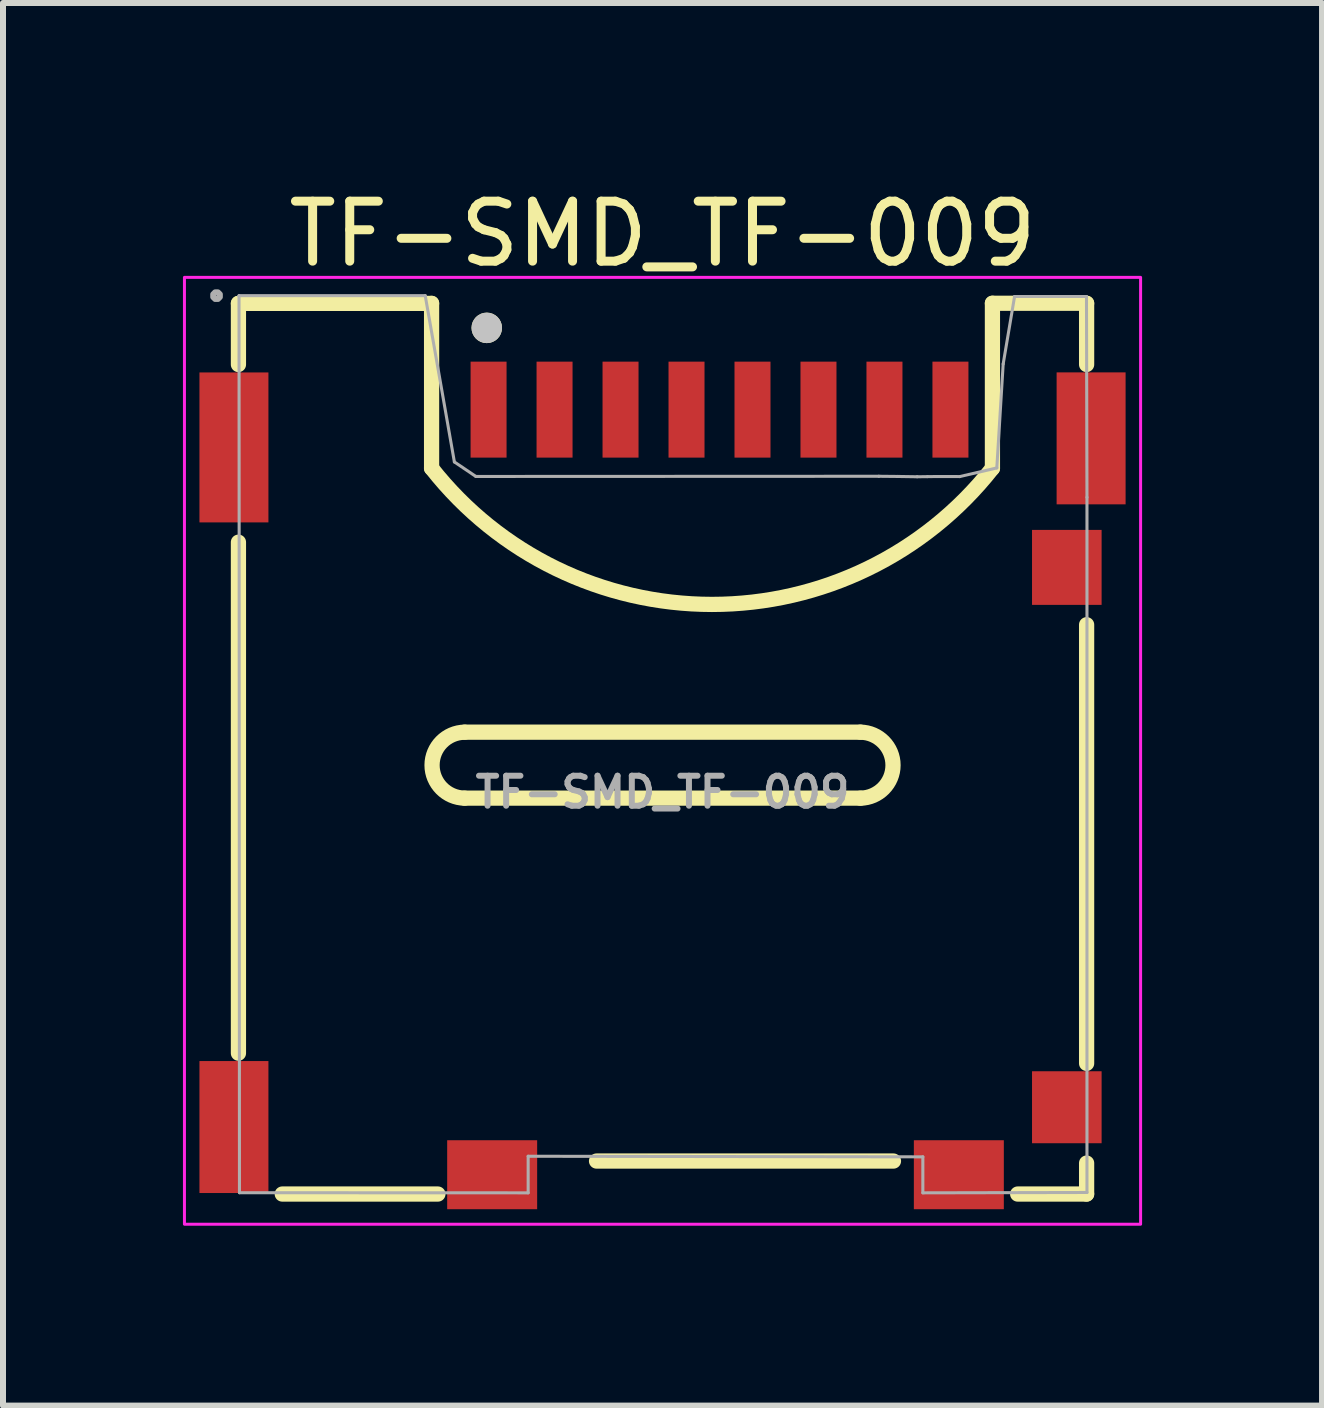
<source format=kicad_pcb>
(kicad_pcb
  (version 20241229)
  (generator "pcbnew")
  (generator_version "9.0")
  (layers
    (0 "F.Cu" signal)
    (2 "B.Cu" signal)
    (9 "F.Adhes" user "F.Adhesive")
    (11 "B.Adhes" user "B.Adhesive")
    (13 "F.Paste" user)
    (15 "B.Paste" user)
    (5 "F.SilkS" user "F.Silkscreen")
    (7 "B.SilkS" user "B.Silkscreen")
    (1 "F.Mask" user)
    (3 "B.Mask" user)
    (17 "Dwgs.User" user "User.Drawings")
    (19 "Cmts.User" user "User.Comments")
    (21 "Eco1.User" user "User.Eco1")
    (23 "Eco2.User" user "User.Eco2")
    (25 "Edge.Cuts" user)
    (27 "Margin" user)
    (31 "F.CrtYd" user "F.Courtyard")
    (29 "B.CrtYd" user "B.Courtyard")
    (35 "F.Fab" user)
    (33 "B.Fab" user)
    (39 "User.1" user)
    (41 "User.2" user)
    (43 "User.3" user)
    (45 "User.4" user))
  (footprint "TF-SMD_TF-009"
    (layer "F.Cu")
    (at 7.845 10.106)
    (property "Reference" "TF-SMD_TF-009" (at 0.15 -9.257 0) (layer "F.SilkS") (effects (font (size 1 1) (thickness 0.15))))
    (fp_line (start -6.92 -8.098) (end -6.92 -7.079) (stroke (width 0.254) (type default)) (layer "F.SilkS"))
    (fp_line (start -6.92 -8.098) (end -3.7 -8.098) (stroke (width 0.254) (type default)) (layer "F.SilkS"))
    (fp_line (start -6.92 -4.117) (end -6.92 4.402) (stroke (width 0.254) (type default)) (layer "F.SilkS"))
    (fp_line (start -3.7 -8.098) (end -3.7 -5.35) (stroke (width 0.254) (type default)) (layer "F.SilkS"))
    (fp_line (start -3.595 6.75) (end -6.189 6.75) (stroke (width 0.254) (type default)) (layer "F.SilkS"))
    (fp_line (start -3.15 -0.95) (end 3.45 -0.95) (stroke (width 0.254) (type default)) (layer "F.SilkS"))
    (fp_line (start -3.15 0.15) (end 3.45 0.15) (stroke (width 0.254) (type default)) (layer "F.SilkS"))
    (fp_line (start 4 6.2) (end -0.95 6.2) (stroke (width 0.254) (type default)) (layer "F.SilkS"))
    (fp_line (start 5.65 -8.1) (end 7.22 -8.1) (stroke (width 0.254) (type default)) (layer "F.SilkS"))
    (fp_line (start 5.65 -5.35) (end 5.65 -8.1) (stroke (width 0.254) (type default)) (layer "F.SilkS"))
    (fp_line (start 7.22 -8.098) (end 7.22 -7.079) (stroke (width 0.254) (type default)) (layer "F.SilkS"))
    (fp_line (start 7.22 -2.741) (end 7.22 4.572) (stroke (width 0.254) (type default)) (layer "F.SilkS"))
    (fp_line (start 7.22 6.234) (end 7.22 6.75) (stroke (width 0.254) (type default)) (layer "F.SilkS"))
    (fp_line (start 7.22 6.75) (end 6.071 6.75) (stroke (width 0.254) (type default)) (layer "F.SilkS"))
    (fp_arc (start -3.15 0.15) (mid -3.695515 -0.399752) (end -3.1495 -0.9495) (stroke (width 0.254) (type default)) (layer "F.SilkS"))
    (fp_arc (start 3.45 -0.95) (mid 3.9995 -0.39975) (end 3.4495 0.1505) (stroke (width 0.254) (type default)) (layer "F.SilkS"))
    (fp_arc (start 5.65 -5.35) (mid 0.974452 -3.079613) (end -3.7005 -5.351) (stroke (width 0.254) (type default)) (layer "F.SilkS"))
    (fp_circle (center -2.78 -7.69) (end -2.653 -7.69) (stroke (width 0.254) (type default)) (fill no) (layer "F.SilkS"))
    (fp_circle (center -2.78 -7.69) (end -2.653 -7.69) (stroke (width 0.254) (type default)) (fill no) (layer "Dwgs.User"))
    (fp_rect (start -7.82 -8.532) (end 8.12 7.253) (stroke (width 0.05) (type default)) (fill no) (layer "F.CrtYd"))
    (fp_line (start -6.91 -8.227) (end -3.806 -8.227) (stroke (width 0.051) (type default)) (layer "F.Fab"))
    (fp_line (start -6.91 -8.22) (end -6.91 -8.227) (stroke (width 0.051) (type default)) (layer "F.Fab"))
    (fp_line (start -6.903 6.728) (end -6.91 -8.22) (stroke (width 0.051) (type default)) (layer "F.Fab"))
    (fp_line (start -3.806 -8.227) (end -3.32 -5.455) (stroke (width 0.051) (type default)) (layer "F.Fab"))
    (fp_line (start -3.32 -5.455) (end -2.962 -5.213) (stroke (width 0.051) (type default)) (layer "F.Fab"))
    (fp_line (start -2.962 -5.213) (end 3.756 -5.216) (stroke (width 0.051) (type default)) (layer "F.Fab"))
    (fp_line (start -2.09 6.12) (end -2.09 6.73) (stroke (width 0.051) (type default)) (layer "F.Fab"))
    (fp_line (start -2.09 6.73) (end -6.903 6.728) (stroke (width 0.051) (type default)) (layer "F.Fab"))
    (fp_line (start 3.756 -5.216) (end 4.068 -5.213) (stroke (width 0.051) (type default)) (layer "F.Fab"))
    (fp_line (start 4.068 -5.213) (end 4.395 -5.208) (stroke (width 0.051) (type default)) (layer "F.Fab"))
    (fp_line (start 4.395 -5.208) (end 4.566 -5.21) (stroke (width 0.051) (type default)) (layer "F.Fab"))
    (fp_line (start 4.49 6.13) (end -2.09 6.12) (stroke (width 0.051) (type default)) (layer "F.Fab"))
    (fp_line (start 4.49 6.73) (end 4.49 6.13) (stroke (width 0.051) (type default)) (layer "F.Fab"))
    (fp_line (start 4.566 -5.21) (end 4.726 -5.212) (stroke (width 0.051) (type default)) (layer "F.Fab"))
    (fp_line (start 4.726 -5.212) (end 5.105 -5.211) (stroke (width 0.051) (type default)) (layer "F.Fab"))
    (fp_line (start 5.105 -5.211) (end 5.723 -5.355) (stroke (width 0.051) (type default)) (layer "F.Fab"))
    (fp_line (start 5.723 -5.355) (end 5.829 -7.088) (stroke (width 0.051) (type default)) (layer "F.Fab"))
    (fp_line (start 5.829 -7.088) (end 6.019 -8.213) (stroke (width 0.051) (type default)) (layer "F.Fab"))
    (fp_line (start 6.019 -8.213) (end 7.218 -8.213) (stroke (width 0.051) (type default)) (layer "F.Fab"))
    (fp_line (start 7.218 -8.213) (end 7.226 -4.865) (stroke (width 0.051) (type default)) (layer "F.Fab"))
    (fp_line (start 7.226 -4.865) (end 7.226 6.724) (stroke (width 0.051) (type default)) (layer "F.Fab"))
    (fp_line (start 7.226 6.724) (end 4.49 6.73) (stroke (width 0.051) (type default)) (layer "F.Fab"))
    (fp_poly (pts (xy -7.23 -8.25) (xy -7.262 -8.282) (xy -7.308 -8.282) (xy -7.34 -8.25) (xy -7.34 -8.204) (xy -7.308 -8.172) (xy -7.262 -8.172) (xy -7.23 -8.204)) (stroke (width 0.1) (type default)) (fill no) (layer "F.Fab"))
    (fp_poly (pts (xy -7.285 -6.697) (xy -6.885 -6.697) (xy -6.885 -4.697) (xy -7.285 -4.697)) (stroke (width 0.1) (type default)) (fill no) (layer "User.1"))
    (fp_poly (pts (xy -7.285 4.732) (xy -6.885 4.732) (xy -6.885 6.433) (xy -7.285 6.433)) (stroke (width 0.1) (type default)) (fill no) (layer "User.1"))
    (fp_poly (pts (xy -2.9 -5.916) (xy -2.9 -6.716) (xy -2.6 -6.716) (xy -2.6 -5.916)) (stroke (width 0.1) (type default)) (fill no) (layer "User.1"))
    (fp_poly (pts (xy -2.9 -5.206) (xy -2.9 -5.926) (xy -2.6 -5.926) (xy -2.6 -5.206)) (stroke (width 0.1) (type default)) (fill no) (layer "User.1"))
    (fp_poly (pts (xy -2.09 6.027) (xy -2.09 6.728) (xy -3.29 6.728) (xy -3.29 6.027)) (stroke (width 0.1) (type default)) (fill no) (layer "User.1"))
    (fp_poly (pts (xy -1.8 -5.916) (xy -1.8 -6.716) (xy -1.5 -6.716) (xy -1.5 -5.916)) (stroke (width 0.1) (type default)) (fill no) (layer "User.1"))
    (fp_poly (pts (xy -1.8 -5.206) (xy -1.8 -5.926) (xy -1.5 -5.926) (xy -1.5 -5.206)) (stroke (width 0.1) (type default)) (fill no) (layer "User.1"))
    (fp_poly (pts (xy -0.7 -5.916) (xy -0.7 -6.716) (xy -0.4 -6.716) (xy -0.4 -5.916)) (stroke (width 0.1) (type default)) (fill no) (layer "User.1"))
    (fp_poly (pts (xy -0.7 -5.206) (xy -0.7 -5.926) (xy -0.4 -5.926) (xy -0.4 -5.206)) (stroke (width 0.1) (type default)) (fill no) (layer "User.1"))
    (fp_poly (pts (xy 0.4 -5.916) (xy 0.4 -6.716) (xy 0.7 -6.716) (xy 0.7 -5.916)) (stroke (width 0.1) (type default)) (fill no) (layer "User.1"))
    (fp_poly (pts (xy 0.4 -5.206) (xy 0.4 -5.926) (xy 0.7 -5.926) (xy 0.7 -5.206)) (stroke (width 0.1) (type default)) (fill no) (layer "User.1"))
    (fp_poly (pts (xy 1.5 -5.916) (xy 1.5 -6.716) (xy 1.8 -6.716) (xy 1.8 -5.916)) (stroke (width 0.1) (type default)) (fill no) (layer "User.1"))
    (fp_poly (pts (xy 1.5 -5.206) (xy 1.5 -5.926) (xy 1.8 -5.926) (xy 1.8 -5.206)) (stroke (width 0.1) (type default)) (fill no) (layer "User.1"))
    (fp_poly (pts (xy 2.6 -5.916) (xy 2.6 -6.716) (xy 2.9 -6.716) (xy 2.9 -5.916)) (stroke (width 0.1) (type default)) (fill no) (layer "User.1"))
    (fp_poly (pts (xy 2.6 -5.206) (xy 2.6 -5.926) (xy 2.9 -5.926) (xy 2.9 -5.206)) (stroke (width 0.1) (type default)) (fill no) (layer "User.1"))
    (fp_poly (pts (xy 3.7 -5.916) (xy 3.7 -6.716) (xy 4 -6.716) (xy 4 -5.916)) (stroke (width 0.1) (type default)) (fill no) (layer "User.1"))
    (fp_poly (pts (xy 3.7 -5.206) (xy 3.7 -5.926) (xy 4 -5.926) (xy 4 -5.206)) (stroke (width 0.1) (type default)) (fill no) (layer "User.1"))
    (fp_poly (pts (xy 4.8 -5.916) (xy 4.8 -6.716) (xy 5.1 -6.716) (xy 5.1 -5.916)) (stroke (width 0.1) (type default)) (fill no) (layer "User.1"))
    (fp_poly (pts (xy 4.8 -5.206) (xy 4.8 -5.926) (xy 5.1 -5.926) (xy 5.1 -5.206)) (stroke (width 0.1) (type default)) (fill no) (layer "User.1"))
    (fp_poly (pts (xy 5.69 6.027) (xy 5.69 6.728) (xy 4.49 6.728) (xy 4.49 6.027)) (stroke (width 0.1) (type default)) (fill no) (layer "User.1"))
    (fp_poly (pts (xy 7.2 -6.707) (xy 7.6 -6.707) (xy 7.6 -5.008) (xy 7.2 -5.008)) (stroke (width 0.1) (type default)) (fill no) (layer "User.1"))
    (fp_poly (pts (xy 7.265 -4.098) (xy 7.265 -3.297) (xy 6.515 -3.297) (xy 6.515 -4.098)) (stroke (width 0.1) (type default)) (fill no) (layer "User.1"))
    (fp_poly (pts (xy 7.265 4.902) (xy 7.265 5.702) (xy 6.515 5.702) (xy 6.515 4.902)) (stroke (width 0.1) (type default)) (fill no) (layer "User.1"))
    (fp_text user "${REFERENCE}" (at 0.15 0.05 0) (layer "F.Fab") (effects (font (size 0.5 0.5) (thickness 0.1))))
    (pad "1" smd rect (at -2.75 -6.327) (size 0.6 1.6) (layers "F.Cu" "F.Mask" "F.Paste"))
    (pad "2" smd rect (at -1.65 -6.327) (size 0.6 1.6) (layers "F.Cu" "F.Mask" "F.Paste"))
    (pad "3" smd rect (at -0.55 -6.327) (size 0.6 1.6) (layers "F.Cu" "F.Mask" "F.Paste"))
    (pad "4" smd rect (at 0.55 -6.327) (size 0.6 1.6) (layers "F.Cu" "F.Mask" "F.Paste"))
    (pad "5" smd rect (at 1.65 -6.327) (size 0.6 1.6) (layers "F.Cu" "F.Mask" "F.Paste"))
    (pad "6" smd rect (at 2.75 -6.327) (size 0.6 1.6) (layers "F.Cu" "F.Mask" "F.Paste"))
    (pad "7" smd rect (at 3.85 -6.327) (size 0.6 1.6) (layers "F.Cu" "F.Mask" "F.Paste"))
    (pad "8" smd rect (at 4.95 -6.327) (size 0.6 1.6) (layers "F.Cu" "F.Mask" "F.Paste"))
    (pad "9" smd rect (at 6.89 -3.697 90) (size 1.25 1.16) (layers "F.Cu" "F.Mask" "F.Paste"))
    (pad "10" smd rect (at -6.995 -5.697) (size 1.15 2.5) (layers "F.Cu" "F.Mask" "F.Paste"))
    (pad "10" smd rect (at -6.995 5.633) (size 1.15 2.2) (layers "F.Cu" "F.Mask" "F.Paste"))
    (pad "10" smd rect (at -2.69 6.428 90) (size 1.15 1.5) (layers "F.Cu" "F.Mask" "F.Paste"))
    (pad "10" smd rect (at 5.09 6.428 90) (size 1.15 1.5) (layers "F.Cu" "F.Mask" "F.Paste"))
    (pad "10" smd rect (at 6.89 5.303 90) (size 1.2 1.16) (layers "F.Cu" "F.Mask" "F.Paste"))
    (pad "10" smd rect (at 7.295 -5.848) (size 1.15 2.2) (layers "F.Cu" "F.Mask" "F.Paste")))
  (gr_rect
    (start -3 -3)
    (end 18.99 20.383)
    (stroke (width 0.1) (type default))
    (fill no)
    (layer "Edge.Cuts")))
</source>
